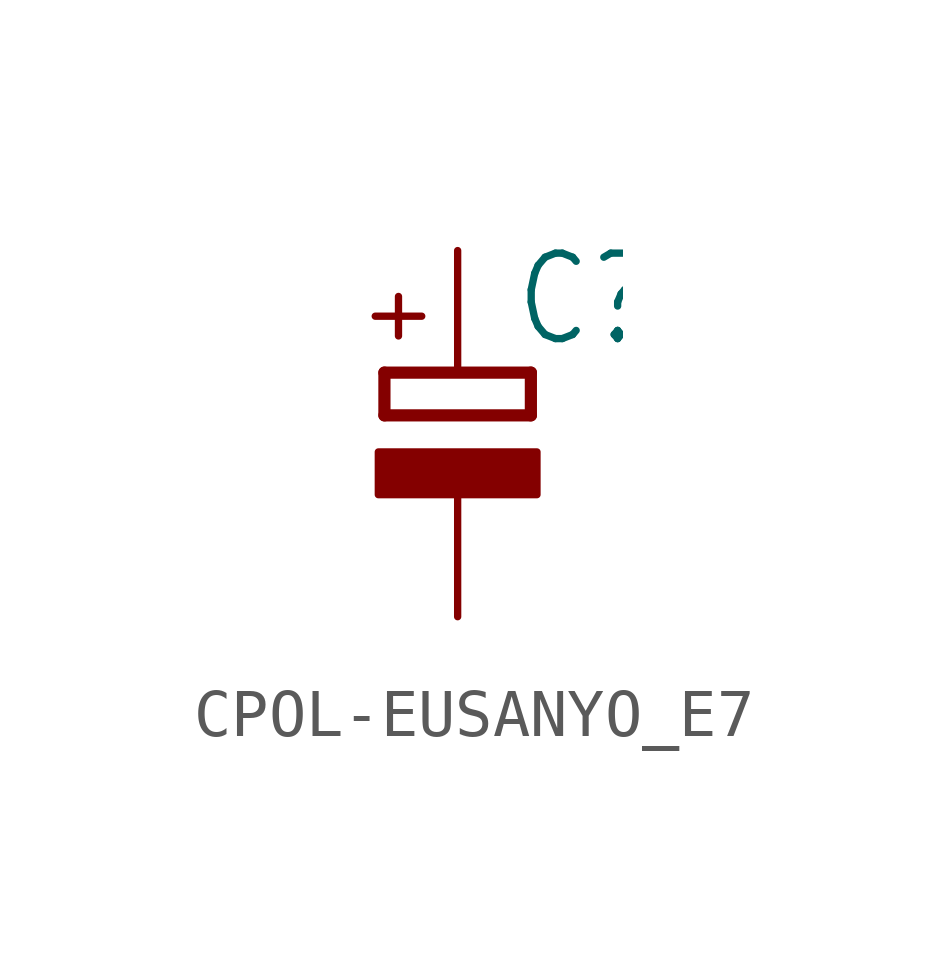
<source format=kicad_sym>
(kicad_symbol_lib
  (version 20231120)
  (generator "kicad_symbol_editor")
  (generator_version "8.0")
  (symbol "CPOL-EUSANYO_E7"
    (property "Reference" "C"
      (at 1.143 0.483 0)
      (effects (font (size 1.778 1.511)) (justify left bottom)))
    (property "Value" ""
      (at 1.143 -4.597 0)
      (effects (font (size 1.778 1.511)) (justify left bottom)))
    (property "ki_locked" ""
      (at 0 0 0)
      (effects (font (size 1.27 1.27))))
    (symbol "CPOL-EUSANYO_E7_1_0"
      (rectangle (start -1.651 -2.54) (end 1.651 -1.651) (stroke (width 0) (type default)) (fill (type outline)))
      (polyline (pts (xy -1.524 -0.889) (xy 1.524 -0.889)) (stroke (width 0.254) (type solid)) (fill (type none)))
      (polyline (pts (xy -1.524 0) (xy -1.524 -0.889)) (stroke (width 0.254) (type solid)) (fill (type none)))
      (polyline (pts (xy -1.524 0) (xy 1.524 0)) (stroke (width 0.254) (type solid)) (fill (type none)))
      (polyline (pts (xy 1.524 -0.889) (xy 1.524 0)) (stroke (width 0.254) (type solid)) (fill (type none)))
      (text "+" (at -0.584 0.406 900) (effects (font (size 1.27 1.079)) (justify left bottom)))
      (pin passive line (at 0 2.54 270) (length 2.54) (name "+" (effects (font (size 0 0)))) (number "+" (effects (font (size 0 0)))))
      (pin passive line (at 0 -5.08 90) (length 2.54) (name "-" (effects (font (size 0 0)))) (number "-" (effects (font (size 0 0))))))))
</source>
